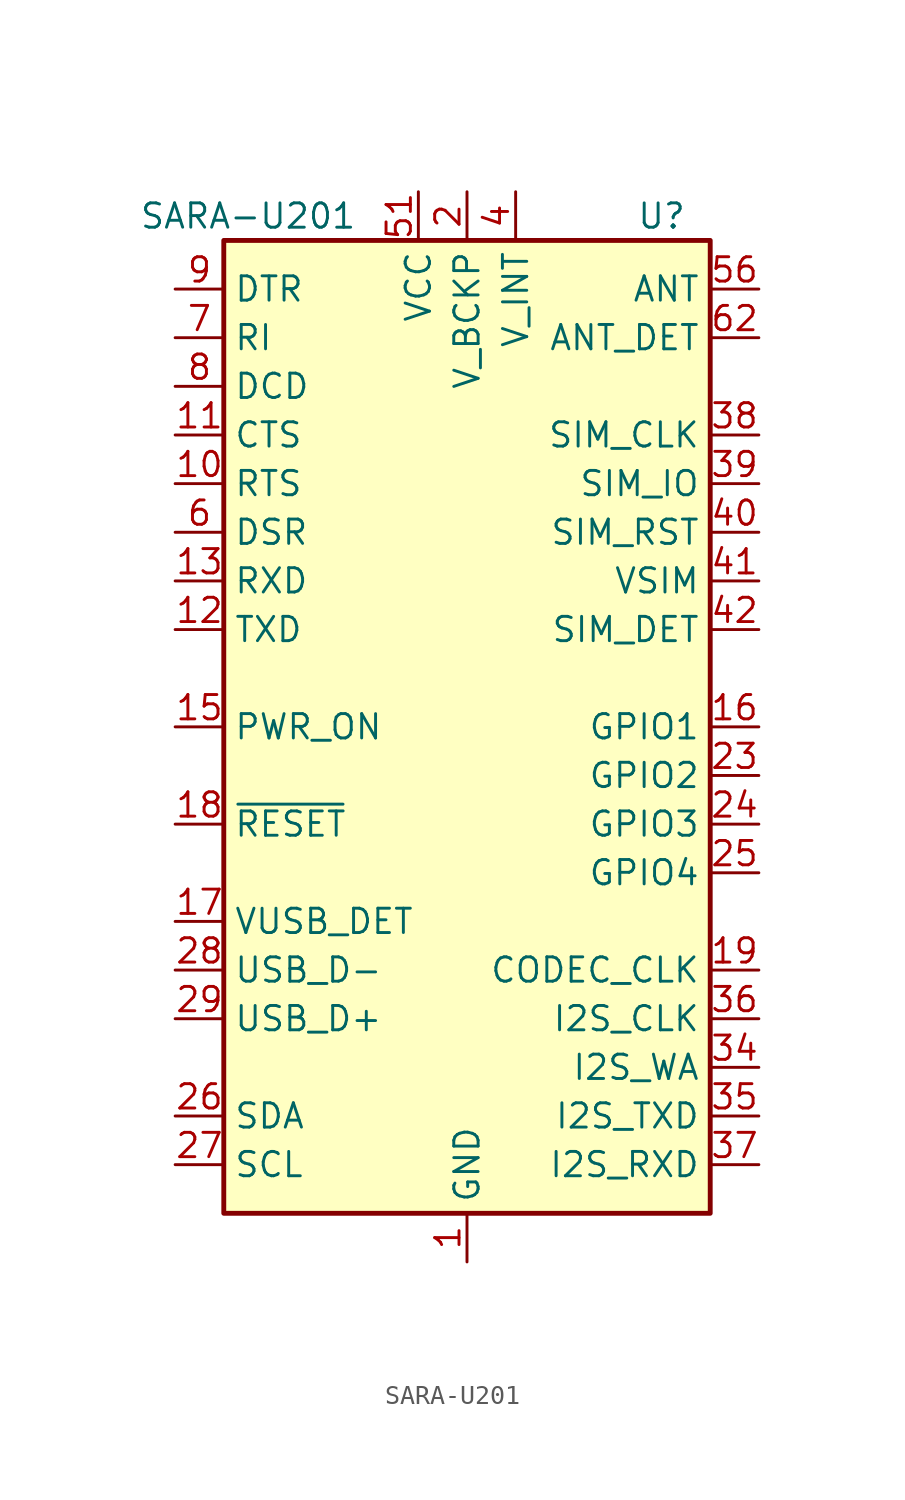
<source format=kicad_sym>
(kicad_symbol_lib
  (version 20211014)
  (generator kicad_symbol_editor)
  (symbol "SARA-U201"
    (property "Reference" "U"
      (at 10.16 26.67 0)
      (effects (font (size 1.27 1.27))))
    (property "Value" "SARA-U201"
      (at -11.43 26.67 0)
      (effects (font (size 1.27 1.27))))
    (symbol "SARA-U201_0_1"
      (rectangle (start -12.7 25.4) (end 12.7 -25.4) (stroke (width 0.254) (type default) (color 0 0 0 0)) (fill (type background))))
    (symbol "SARA-U201_1_1"
      (pin power_in line (at 0 -27.94 90) (length 2.54) (name "GND" (effects (font (size 1.27 1.27)))) (number "1" (effects (font (size 1.27 1.27)))))
      (pin input line (at -15.24 12.7 0) (length 2.54) (name "RTS" (effects (font (size 1.27 1.27)))) (number "10" (effects (font (size 1.27 1.27)))))
      (pin output line (at -15.24 15.24 0) (length 2.54) (name "CTS" (effects (font (size 1.27 1.27)))) (number "11" (effects (font (size 1.27 1.27)))))
      (pin input line (at -15.24 5.08 0) (length 2.54) (name "TXD" (effects (font (size 1.27 1.27)))) (number "12" (effects (font (size 1.27 1.27)))))
      (pin output line (at -15.24 7.62 0) (length 2.54) (name "RXD" (effects (font (size 1.27 1.27)))) (number "13" (effects (font (size 1.27 1.27)))))
      (pin passive line (at 0 -27.94 90) (length 2.54) hide (name "GND" (effects (font (size 1.27 1.27)))) (number "14" (effects (font (size 1.27 1.27)))))
      (pin input line (at -15.24 0 0) (length 2.54) (name "PWR_ON" (effects (font (size 1.27 1.27)))) (number "15" (effects (font (size 1.27 1.27)))))
      (pin bidirectional line (at 15.24 0 180) (length 2.54) (name "GPIO1" (effects (font (size 1.27 1.27)))) (number "16" (effects (font (size 1.27 1.27)))))
      (pin input line (at -15.24 -10.16 0) (length 2.54) (name "VUSB_DET" (effects (font (size 1.27 1.27)))) (number "17" (effects (font (size 1.27 1.27)))))
      (pin input line (at -15.24 -5.08 0) (length 2.54) (name "~{RESET}" (effects (font (size 1.27 1.27)))) (number "18" (effects (font (size 1.27 1.27)))))
      (pin output line (at 15.24 -12.7 180) (length 2.54) (name "CODEC_CLK" (effects (font (size 1.27 1.27)))) (number "19" (effects (font (size 1.27 1.27)))))
      (pin power_out line (at 0 27.94 270) (length 2.54) (name "V_BCKP" (effects (font (size 1.27 1.27)))) (number "2" (effects (font (size 1.27 1.27)))))
      (pin passive line (at 0 -27.94 90) (length 2.54) hide (name "GND" (effects (font (size 1.27 1.27)))) (number "20" (effects (font (size 1.27 1.27)))))
      (pin passive line (at 0 -27.94 90) (length 2.54) hide (name "GND" (effects (font (size 1.27 1.27)))) (number "21" (effects (font (size 1.27 1.27)))))
      (pin passive line (at 0 -27.94 90) (length 2.54) hide (name "GND" (effects (font (size 1.27 1.27)))) (number "22" (effects (font (size 1.27 1.27)))))
      (pin bidirectional line (at 15.24 -2.54 180) (length 2.54) (name "GPIO2" (effects (font (size 1.27 1.27)))) (number "23" (effects (font (size 1.27 1.27)))))
      (pin bidirectional line (at 15.24 -5.08 180) (length 2.54) (name "GPIO3" (effects (font (size 1.27 1.27)))) (number "24" (effects (font (size 1.27 1.27)))))
      (pin bidirectional line (at 15.24 -7.62 180) (length 2.54) (name "GPIO4" (effects (font (size 1.27 1.27)))) (number "25" (effects (font (size 1.27 1.27)))))
      (pin bidirectional line (at -15.24 -20.32 0) (length 2.54) (name "SDA" (effects (font (size 1.27 1.27)))) (number "26" (effects (font (size 1.27 1.27)))))
      (pin output line (at -15.24 -22.86 0) (length 2.54) (name "SCL" (effects (font (size 1.27 1.27)))) (number "27" (effects (font (size 1.27 1.27)))))
      (pin bidirectional line (at -15.24 -12.7 0) (length 2.54) (name "USB_D-" (effects (font (size 1.27 1.27)))) (number "28" (effects (font (size 1.27 1.27)))))
      (pin bidirectional line (at -15.24 -15.24 0) (length 2.54) (name "USB_D+" (effects (font (size 1.27 1.27)))) (number "29" (effects (font (size 1.27 1.27)))))
      (pin passive line (at 0 -27.94 90) (length 2.54) hide (name "GND" (effects (font (size 1.27 1.27)))) (number "3" (effects (font (size 1.27 1.27)))))
      (pin passive line (at 0 -27.94 90) (length 2.54) hide (name "GND" (effects (font (size 1.27 1.27)))) (number "30" (effects (font (size 1.27 1.27)))))
      (pin no_connect line (at -12.7 2.54 0) (length 2.54) hide (name "RSVD" (effects (font (size 1.27 1.27)))) (number "31" (effects (font (size 1.27 1.27)))))
      (pin passive line (at 0 -27.94 90) (length 2.54) hide (name "GND" (effects (font (size 1.27 1.27)))) (number "32" (effects (font (size 1.27 1.27)))))
      (pin no_connect line (at -12.7 -2.54 0) (length 2.54) hide (name "RSVD" (effects (font (size 1.27 1.27)))) (number "33" (effects (font (size 1.27 1.27)))))
      (pin bidirectional line (at 15.24 -17.78 180) (length 2.54) (name "I2S_WA" (effects (font (size 1.27 1.27)))) (number "34" (effects (font (size 1.27 1.27)))))
      (pin output line (at 15.24 -20.32 180) (length 2.54) (name "I2S_TXD" (effects (font (size 1.27 1.27)))) (number "35" (effects (font (size 1.27 1.27)))))
      (pin output line (at 15.24 -15.24 180) (length 2.54) (name "I2S_CLK" (effects (font (size 1.27 1.27)))) (number "36" (effects (font (size 1.27 1.27)))))
      (pin input line (at 15.24 -22.86 180) (length 2.54) (name "I2S_RXD" (effects (font (size 1.27 1.27)))) (number "37" (effects (font (size 1.27 1.27)))))
      (pin output line (at 15.24 15.24 180) (length 2.54) (name "SIM_CLK" (effects (font (size 1.27 1.27)))) (number "38" (effects (font (size 1.27 1.27)))))
      (pin bidirectional line (at 15.24 12.7 180) (length 2.54) (name "SIM_IO" (effects (font (size 1.27 1.27)))) (number "39" (effects (font (size 1.27 1.27)))))
      (pin power_out line (at 2.54 27.94 270) (length 2.54) (name "V_INT" (effects (font (size 1.27 1.27)))) (number "4" (effects (font (size 1.27 1.27)))))
      (pin output line (at 15.24 10.16 180) (length 2.54) (name "SIM_RST" (effects (font (size 1.27 1.27)))) (number "40" (effects (font (size 1.27 1.27)))))
      (pin power_out line (at 15.24 7.62 180) (length 2.54) (name "VSIM" (effects (font (size 1.27 1.27)))) (number "41" (effects (font (size 1.27 1.27)))))
      (pin input line (at 15.24 5.08 180) (length 2.54) (name "SIM_DET" (effects (font (size 1.27 1.27)))) (number "42" (effects (font (size 1.27 1.27)))))
      (pin passive line (at 0 -27.94 90) (length 2.54) hide (name "GND" (effects (font (size 1.27 1.27)))) (number "43" (effects (font (size 1.27 1.27)))))
      (pin no_connect line (at -12.7 -7.62 0) (length 2.54) hide (name "RSVD" (effects (font (size 1.27 1.27)))) (number "44" (effects (font (size 1.27 1.27)))))
      (pin no_connect line (at -12.7 -17.78 0) (length 2.54) hide (name "RSVD" (effects (font (size 1.27 1.27)))) (number "45" (effects (font (size 1.27 1.27)))))
      (pin no_connect line (at -2.54 -25.4 90) (length 2.54) hide (name "RSVD" (effects (font (size 1.27 1.27)))) (number "46" (effects (font (size 1.27 1.27)))))
      (pin no_connect line (at 12.7 -10.16 180) (length 2.54) hide (name "RSVD" (effects (font (size 1.27 1.27)))) (number "47" (effects (font (size 1.27 1.27)))))
      (pin no_connect line (at 12.7 2.54 180) (length 2.54) hide (name "RSVD" (effects (font (size 1.27 1.27)))) (number "48" (effects (font (size 1.27 1.27)))))
      (pin no_connect line (at 12.7 17.78 180) (length 2.54) hide (name "RSVD" (effects (font (size 1.27 1.27)))) (number "49" (effects (font (size 1.27 1.27)))))
      (pin passive line (at 0 -27.94 90) (length 2.54) hide (name "GND" (effects (font (size 1.27 1.27)))) (number "5" (effects (font (size 1.27 1.27)))))
      (pin passive line (at 0 -27.94 90) (length 2.54) hide (name "GND" (effects (font (size 1.27 1.27)))) (number "50" (effects (font (size 1.27 1.27)))))
      (pin power_in line (at -2.54 27.94 270) (length 2.54) (name "VCC" (effects (font (size 1.27 1.27)))) (number "51" (effects (font (size 1.27 1.27)))))
      (pin passive line (at -2.54 27.94 270) (length 2.54) hide (name "VCC" (effects (font (size 1.27 1.27)))) (number "52" (effects (font (size 1.27 1.27)))))
      (pin passive line (at -2.54 27.94 270) (length 2.54) hide (name "VCC" (effects (font (size 1.27 1.27)))) (number "53" (effects (font (size 1.27 1.27)))))
      (pin passive line (at 0 -27.94 90) (length 2.54) hide (name "GND" (effects (font (size 1.27 1.27)))) (number "54" (effects (font (size 1.27 1.27)))))
      (pin passive line (at 0 -27.94 90) (length 2.54) hide (name "GND" (effects (font (size 1.27 1.27)))) (number "55" (effects (font (size 1.27 1.27)))))
      (pin passive line (at 15.24 22.86 180) (length 2.54) (name "ANT" (effects (font (size 1.27 1.27)))) (number "56" (effects (font (size 1.27 1.27)))))
      (pin passive line (at 0 -27.94 90) (length 2.54) hide (name "GND" (effects (font (size 1.27 1.27)))) (number "57" (effects (font (size 1.27 1.27)))))
      (pin passive line (at 0 -27.94 90) (length 2.54) hide (name "GND" (effects (font (size 1.27 1.27)))) (number "58" (effects (font (size 1.27 1.27)))))
      (pin passive line (at 0 -27.94 90) (length 2.54) hide (name "GND" (effects (font (size 1.27 1.27)))) (number "59" (effects (font (size 1.27 1.27)))))
      (pin output line (at -15.24 10.16 0) (length 2.54) (name "DSR" (effects (font (size 1.27 1.27)))) (number "6" (effects (font (size 1.27 1.27)))))
      (pin passive line (at 0 -27.94 90) (length 2.54) hide (name "GND" (effects (font (size 1.27 1.27)))) (number "60" (effects (font (size 1.27 1.27)))))
      (pin passive line (at 0 -27.94 90) (length 2.54) hide (name "GND" (effects (font (size 1.27 1.27)))) (number "61" (effects (font (size 1.27 1.27)))))
      (pin input line (at 15.24 20.32 180) (length 2.54) (name "ANT_DET" (effects (font (size 1.27 1.27)))) (number "62" (effects (font (size 1.27 1.27)))))
      (pin passive line (at 0 -27.94 90) (length 2.54) hide (name "GND" (effects (font (size 1.27 1.27)))) (number "63" (effects (font (size 1.27 1.27)))))
      (pin passive line (at 0 -27.94 90) (length 2.54) hide (name "GND" (effects (font (size 1.27 1.27)))) (number "64" (effects (font (size 1.27 1.27)))))
      (pin passive line (at 0 -27.94 90) (length 2.54) hide (name "GND" (effects (font (size 1.27 1.27)))) (number "65" (effects (font (size 1.27 1.27)))))
      (pin passive line (at 0 -27.94 90) (length 2.54) hide (name "GND" (effects (font (size 1.27 1.27)))) (number "66" (effects (font (size 1.27 1.27)))))
      (pin passive line (at 0 -27.94 90) (length 2.54) hide (name "GND" (effects (font (size 1.27 1.27)))) (number "67" (effects (font (size 1.27 1.27)))))
      (pin passive line (at 0 -27.94 90) (length 2.54) hide (name "GND" (effects (font (size 1.27 1.27)))) (number "68" (effects (font (size 1.27 1.27)))))
      (pin passive line (at 0 -27.94 90) (length 2.54) hide (name "GND" (effects (font (size 1.27 1.27)))) (number "69" (effects (font (size 1.27 1.27)))))
      (pin output line (at -15.24 20.32 0) (length 2.54) (name "RI" (effects (font (size 1.27 1.27)))) (number "7" (effects (font (size 1.27 1.27)))))
      (pin passive line (at 0 -27.94 90) (length 2.54) hide (name "GND" (effects (font (size 1.27 1.27)))) (number "70" (effects (font (size 1.27 1.27)))))
      (pin passive line (at 0 -27.94 90) (length 2.54) hide (name "GND" (effects (font (size 1.27 1.27)))) (number "71" (effects (font (size 1.27 1.27)))))
      (pin passive line (at 0 -27.94 90) (length 2.54) hide (name "GND" (effects (font (size 1.27 1.27)))) (number "72" (effects (font (size 1.27 1.27)))))
      (pin passive line (at 0 -27.94 90) (length 2.54) hide (name "GND" (effects (font (size 1.27 1.27)))) (number "73" (effects (font (size 1.27 1.27)))))
      (pin passive line (at 0 -27.94 90) (length 2.54) hide (name "GND" (effects (font (size 1.27 1.27)))) (number "74" (effects (font (size 1.27 1.27)))))
      (pin passive line (at 0 -27.94 90) (length 2.54) hide (name "GND" (effects (font (size 1.27 1.27)))) (number "75" (effects (font (size 1.27 1.27)))))
      (pin passive line (at 0 -27.94 90) (length 2.54) hide (name "GND" (effects (font (size 1.27 1.27)))) (number "76" (effects (font (size 1.27 1.27)))))
      (pin passive line (at 0 -27.94 90) (length 2.54) hide (name "GND" (effects (font (size 1.27 1.27)))) (number "77" (effects (font (size 1.27 1.27)))))
      (pin passive line (at 0 -27.94 90) (length 2.54) hide (name "GND" (effects (font (size 1.27 1.27)))) (number "78" (effects (font (size 1.27 1.27)))))
      (pin passive line (at 0 -27.94 90) (length 2.54) hide (name "GND" (effects (font (size 1.27 1.27)))) (number "79" (effects (font (size 1.27 1.27)))))
      (pin output line (at -15.24 17.78 0) (length 2.54) (name "DCD" (effects (font (size 1.27 1.27)))) (number "8" (effects (font (size 1.27 1.27)))))
      (pin passive line (at 0 -27.94 90) (length 2.54) hide (name "GND" (effects (font (size 1.27 1.27)))) (number "80" (effects (font (size 1.27 1.27)))))
      (pin passive line (at 0 -27.94 90) (length 2.54) hide (name "GND" (effects (font (size 1.27 1.27)))) (number "81" (effects (font (size 1.27 1.27)))))
      (pin passive line (at 0 -27.94 90) (length 2.54) hide (name "GND" (effects (font (size 1.27 1.27)))) (number "82" (effects (font (size 1.27 1.27)))))
      (pin passive line (at 0 -27.94 90) (length 2.54) hide (name "GND" (effects (font (size 1.27 1.27)))) (number "83" (effects (font (size 1.27 1.27)))))
      (pin passive line (at 0 -27.94 90) (length 2.54) hide (name "GND" (effects (font (size 1.27 1.27)))) (number "84" (effects (font (size 1.27 1.27)))))
      (pin passive line (at 0 -27.94 90) (length 2.54) hide (name "GND" (effects (font (size 1.27 1.27)))) (number "85" (effects (font (size 1.27 1.27)))))
      (pin passive line (at 0 -27.94 90) (length 2.54) hide (name "GND" (effects (font (size 1.27 1.27)))) (number "86" (effects (font (size 1.27 1.27)))))
      (pin passive line (at 0 -27.94 90) (length 2.54) hide (name "GND" (effects (font (size 1.27 1.27)))) (number "87" (effects (font (size 1.27 1.27)))))
      (pin passive line (at 0 -27.94 90) (length 2.54) hide (name "GND" (effects (font (size 1.27 1.27)))) (number "88" (effects (font (size 1.27 1.27)))))
      (pin passive line (at 0 -27.94 90) (length 2.54) hide (name "GND" (effects (font (size 1.27 1.27)))) (number "89" (effects (font (size 1.27 1.27)))))
      (pin input line (at -15.24 22.86 0) (length 2.54) (name "DTR" (effects (font (size 1.27 1.27)))) (number "9" (effects (font (size 1.27 1.27)))))
      (pin passive line (at 0 -27.94 90) (length 2.54) hide (name "GND" (effects (font (size 1.27 1.27)))) (number "90" (effects (font (size 1.27 1.27)))))
      (pin passive line (at 0 -27.94 90) (length 2.54) hide (name "GND" (effects (font (size 1.27 1.27)))) (number "91" (effects (font (size 1.27 1.27)))))
      (pin passive line (at 0 -27.94 90) (length 2.54) hide (name "GND" (effects (font (size 1.27 1.27)))) (number "92" (effects (font (size 1.27 1.27)))))
      (pin passive line (at 0 -27.94 90) (length 2.54) hide (name "GND" (effects (font (size 1.27 1.27)))) (number "93" (effects (font (size 1.27 1.27)))))
      (pin passive line (at 0 -27.94 90) (length 2.54) hide (name "GND" (effects (font (size 1.27 1.27)))) (number "94" (effects (font (size 1.27 1.27)))))
      (pin passive line (at 0 -27.94 90) (length 2.54) hide (name "GND" (effects (font (size 1.27 1.27)))) (number "95" (effects (font (size 1.27 1.27)))))
      (pin passive line (at 0 -27.94 90) (length 2.54) hide (name "GND" (effects (font (size 1.27 1.27)))) (number "96" (effects (font (size 1.27 1.27))))))))
</source>
